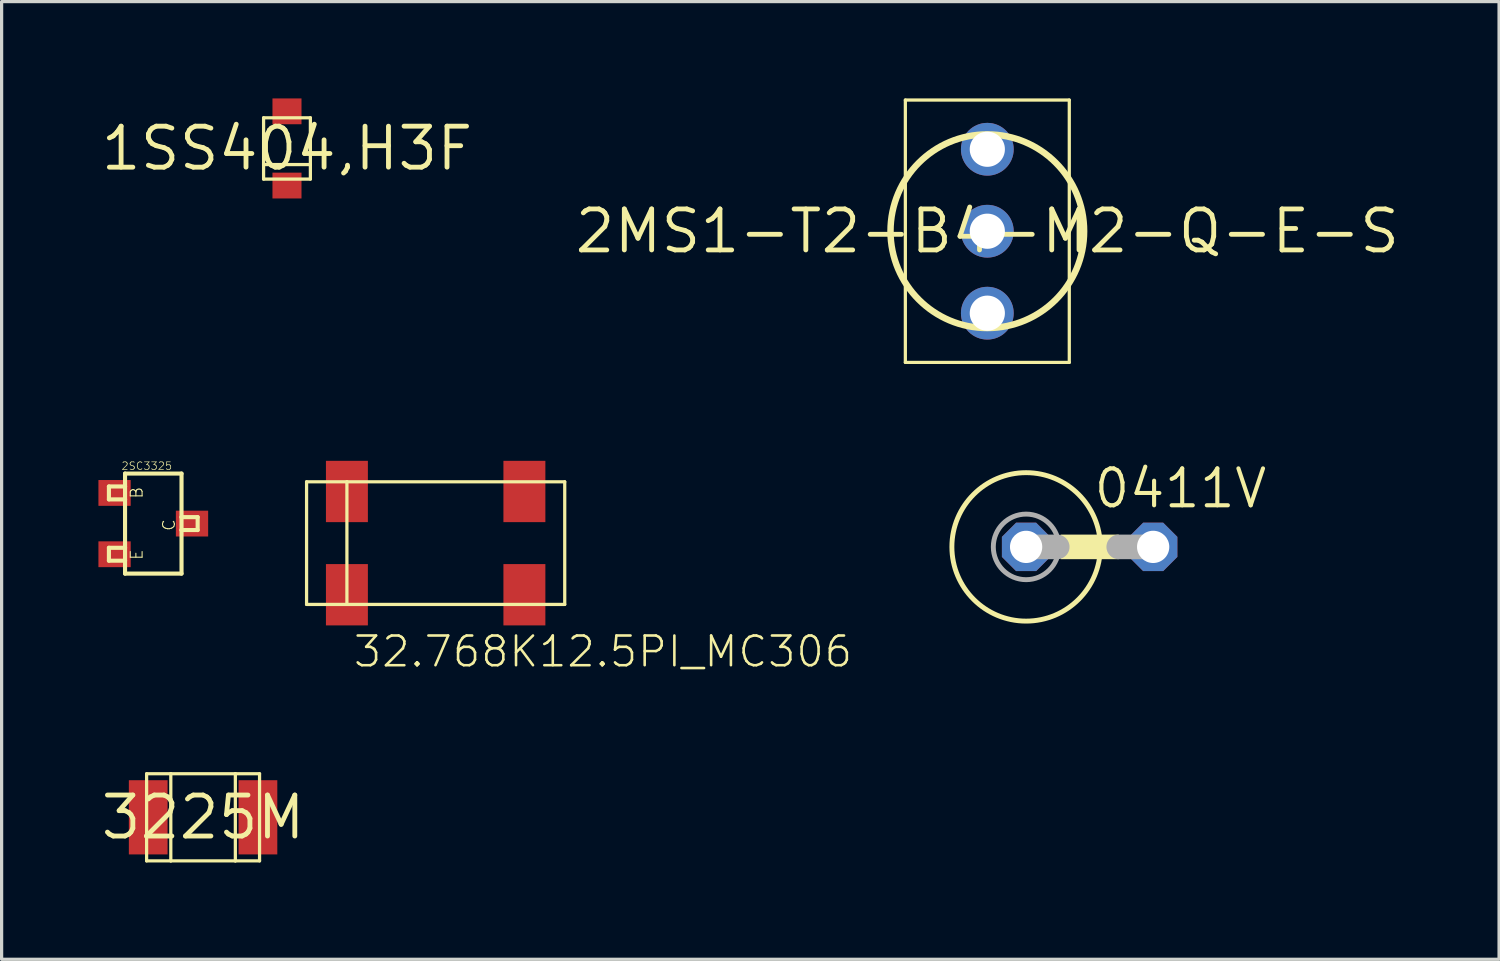
<source format=kicad_pcb>
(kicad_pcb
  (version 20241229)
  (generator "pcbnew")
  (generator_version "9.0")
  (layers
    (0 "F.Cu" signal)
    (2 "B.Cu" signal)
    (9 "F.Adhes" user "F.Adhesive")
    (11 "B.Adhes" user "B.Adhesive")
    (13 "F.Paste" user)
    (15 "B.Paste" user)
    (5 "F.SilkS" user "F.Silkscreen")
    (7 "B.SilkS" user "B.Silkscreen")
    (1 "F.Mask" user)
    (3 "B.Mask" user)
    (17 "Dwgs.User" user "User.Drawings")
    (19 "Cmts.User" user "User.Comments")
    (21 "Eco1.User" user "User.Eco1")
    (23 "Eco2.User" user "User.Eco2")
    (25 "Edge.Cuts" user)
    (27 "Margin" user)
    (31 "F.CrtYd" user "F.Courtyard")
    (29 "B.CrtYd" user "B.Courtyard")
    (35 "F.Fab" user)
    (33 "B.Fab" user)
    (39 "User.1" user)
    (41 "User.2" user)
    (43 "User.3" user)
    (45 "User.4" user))
  (footprint "2SC3325"
    (layer "F.Cu")
    (at 0.5 14.125)
    (property "Reference" "2SC3325" (at 0.2 -2.6 0) (layer "F.SilkS") (effects (font (size 0.234 0.234) (thickness 0.02)) (justify left bottom)))
    (fp_line (start -0.175 -2.1) (end -0.175 -1.7) (stroke (width 0.127) (type solid)) (layer "F.SilkS"))
    (fp_line (start -0.175 -1.7) (end 0.325 -1.7) (stroke (width 0.127) (type solid)) (layer "F.SilkS"))
    (fp_line (start -0.175 -0.2) (end -0.175 0.2) (stroke (width 0.127) (type solid)) (layer "F.SilkS"))
    (fp_line (start -0.175 0.2) (end 0.325 0.2) (stroke (width 0.127) (type solid)) (layer "F.SilkS"))
    (fp_line (start 0.325 -2.5) (end 0.325 -2.1) (stroke (width 0.127) (type solid)) (layer "F.SilkS"))
    (fp_line (start 0.325 -2.1) (end -0.175 -2.1) (stroke (width 0.127) (type solid)) (layer "F.SilkS"))
    (fp_line (start 0.325 -1.7) (end 0.325 -2.1) (stroke (width 0.127) (type solid)) (layer "F.SilkS"))
    (fp_line (start 0.325 -1.7) (end 0.325 -0.2) (stroke (width 0.127) (type solid)) (layer "F.SilkS"))
    (fp_line (start 0.325 -0.2) (end -0.175 -0.2) (stroke (width 0.127) (type solid)) (layer "F.SilkS"))
    (fp_line (start 0.325 0.2) (end 0.325 -0.2) (stroke (width 0.127) (type solid)) (layer "F.SilkS"))
    (fp_line (start 0.325 0.2) (end 0.325 0.6) (stroke (width 0.127) (type solid)) (layer "F.SilkS"))
    (fp_line (start 0.325 0.6) (end 2.075 0.6) (stroke (width 0.127) (type solid)) (layer "F.SilkS"))
    (fp_line (start 2.075 -2.5) (end 0.325 -2.5) (stroke (width 0.127) (type solid)) (layer "F.SilkS"))
    (fp_line (start 2.075 -1.15) (end 2.075 -2.5) (stroke (width 0.127) (type solid)) (layer "F.SilkS"))
    (fp_line (start 2.075 -1.15) (end 2.075 -0.75) (stroke (width 0.127) (type solid)) (layer "F.SilkS"))
    (fp_line (start 2.075 -0.75) (end 2.575 -0.75) (stroke (width 0.127) (type solid)) (layer "F.SilkS"))
    (fp_line (start 2.075 0.6) (end 2.075 -0.75) (stroke (width 0.127) (type solid)) (layer "F.SilkS"))
    (fp_line (start 2.575 -1.15) (end 2.075 -1.15) (stroke (width 0.127) (type solid)) (layer "F.SilkS"))
    (fp_line (start 2.575 -0.75) (end 2.575 -1.15) (stroke (width 0.127) (type solid)) (layer "F.SilkS"))
    (fp_text user "E" (at 0.9 0.2 90) (layer "F.SilkS") (effects (font (size 0.368 0.368) (thickness 0.032)) (justify left bottom)))
    (fp_text user "C" (at 1.9 -0.7 90) (layer "F.SilkS") (effects (font (size 0.368 0.368) (thickness 0.032)) (justify left bottom)))
    (fp_text user "B" (at 0.9 -1.7 90) (layer "F.SilkS") (effects (font (size 0.368 0.368) (thickness 0.032)) (justify left bottom)))
    (pad "B" smd rect (at 0 -1.9) (size 1 0.8) (layers "F.Cu" "F.Mask" "F.Paste"))
    (pad "C" smd rect (at 2.4 -0.95) (size 1 0.8) (layers "F.Cu" "F.Mask" "F.Paste"))
    (pad "E" smd rect (at 0 0) (size 1 0.8) (layers "F.Cu" "F.Mask" "F.Paste")))
  (footprint "2MS1-T2-B4-M2-Q-E-S"
    (layer "F.Cu")
    (at 27.545 4.115)
    (property "Reference" "2MS1-T2-B4-M2-Q-E-S" (at 0 0 0) (layer "F.SilkS") (effects (font (size 1.27 1.27) (thickness 0.15))))
    (fp_line (start -2.54 -4.065) (end -2.54 4.065) (stroke (width 0.1) (type solid)) (layer "F.SilkS"))
    (fp_line (start -2.54 4.065) (end 2.54 4.065) (stroke (width 0.1) (type solid)) (layer "F.SilkS"))
    (fp_line (start 2.54 -4.065) (end -2.54 -4.065) (stroke (width 0.1) (type solid)) (layer "F.SilkS"))
    (fp_line (start 2.54 4.065) (end 2.54 -4.065) (stroke (width 0.1) (type solid)) (layer "F.SilkS"))
    (fp_circle (center 0 0) (end 3 0) (stroke (width 0.2) (type solid)) (fill no) (layer "F.SilkS"))
    (pad "O" thru_hole circle (at 0 2.54) (size 1.635 1.635) (drill 1.09) (layers "*.Cu" "*.Mask"))
    (pad "P" thru_hole circle (at 0 0) (size 1.635 1.635) (drill 1.09) (layers "*.Cu" "*.Mask"))
    (pad "S" thru_hole circle (at 0 -2.54) (size 1.635 1.635) (drill 1.09) (layers "*.Cu" "*.Mask")))
  (footprint "32.768K12.5PI_MC306"
    (layer "F.Cu")
    (at 10.45 13.78)
    (property "Reference" "32.768K12.5PI_MC306" (at -2.6 3.9 0) (layer "F.SilkS") (effects (font (size 0.92 0.92) (thickness 0.08)) (justify left bottom)))
    (fp_line (start -4 -1.9) (end -4 1.9) (stroke (width 0.1) (type solid)) (layer "F.SilkS"))
    (fp_line (start -4 1.9) (end -2.75 1.9) (stroke (width 0.1) (type solid)) (layer "F.SilkS"))
    (fp_line (start -2.75 -1.9) (end -4 -1.9) (stroke (width 0.1) (type solid)) (layer "F.SilkS"))
    (fp_line (start -2.75 -1.9) (end -2.75 1.9) (stroke (width 0.1) (type solid)) (layer "F.SilkS"))
    (fp_line (start -2.75 1.9) (end 4 1.9) (stroke (width 0.1) (type solid)) (layer "F.SilkS"))
    (fp_line (start 4 -1.9) (end -2.75 -1.9) (stroke (width 0.1) (type solid)) (layer "F.SilkS"))
    (fp_line (start 4 1.9) (end 4 -1.9) (stroke (width 0.1) (type solid)) (layer "F.SilkS"))
    (pad "1" smd rect (at -2.75 1.6) (size 1.3 1.9) (layers "F.Cu" "F.Mask" "F.Paste"))
    (pad "2" smd rect (at 2.75 1.6) (size 1.3 1.9) (layers "F.Cu" "F.Mask" "F.Paste"))
    (pad "3" smd rect (at 2.75 -1.6) (size 1.3 1.9) (layers "F.Cu" "F.Mask" "F.Paste"))
    (pad "4" smd rect (at -2.75 -1.6) (size 1.3 1.9) (layers "F.Cu" "F.Mask" "F.Paste")))
  (footprint "1SS404,H3F"
    (layer "F.Cu")
    (at 5.843 1.55)
    (property "Reference" "1SS404,H3F" (at 0 0 0) (layer "F.SilkS") (effects (font (size 1.27 1.27) (thickness 0.15))))
    (fp_line (start -0.725 -0.95) (end -0.725 0.5) (stroke (width 0.1) (type solid)) (layer "F.SilkS"))
    (fp_line (start -0.725 0.5) (end -0.725 0.95) (stroke (width 0.1) (type solid)) (layer "F.SilkS"))
    (fp_line (start -0.725 0.5) (end 0.725 0.5) (stroke (width 0.1) (type solid)) (layer "F.SilkS"))
    (fp_line (start -0.725 0.95) (end 0.725 0.95) (stroke (width 0.1) (type solid)) (layer "F.SilkS"))
    (fp_line (start 0.725 -0.95) (end -0.725 -0.95) (stroke (width 0.1) (type solid)) (layer "F.SilkS"))
    (fp_line (start 0.725 0.5) (end 0.725 -0.95) (stroke (width 0.1) (type solid)) (layer "F.SilkS"))
    (fp_line (start 0.725 0.95) (end 0.725 0.5) (stroke (width 0.1) (type solid)) (layer "F.SilkS"))
    (pad "A" smd rect (at 0 -1.15) (size 0.9 0.8) (layers "F.Cu" "F.Mask" "F.Paste"))
    (pad "C" smd rect (at 0 1.15) (size 0.9 0.8) (layers "F.Cu" "F.Mask" "F.Paste")))
  (footprint "3225M"
    (layer "F.Cu")
    (at 3.243 22.277)
    (property "Reference" "3225M" (at 0 0 0) (layer "F.SilkS") (effects (font (size 1.27 1.27) (thickness 0.15))))
    (fp_line (start -1.75 -1.35) (end -1.75 1.35) (stroke (width 0.1) (type solid)) (layer "F.SilkS"))
    (fp_line (start -1.75 1.35) (end -1 1.35) (stroke (width 0.1) (type solid)) (layer "F.SilkS"))
    (fp_line (start -1 -1.35) (end -1.75 -1.35) (stroke (width 0.1) (type solid)) (layer "F.SilkS"))
    (fp_line (start -1 1.35) (end -1 -1.35) (stroke (width 0.1) (type solid)) (layer "F.SilkS"))
    (fp_line (start -1 1.35) (end 1 1.35) (stroke (width 0.1) (type solid)) (layer "F.SilkS"))
    (fp_line (start 1 -1.35) (end -1 -1.35) (stroke (width 0.1) (type solid)) (layer "F.SilkS"))
    (fp_line (start 1 -1.35) (end 1 1.35) (stroke (width 0.1) (type solid)) (layer "F.SilkS"))
    (fp_line (start 1 1.35) (end 1.75 1.35) (stroke (width 0.1) (type solid)) (layer "F.SilkS"))
    (fp_line (start 1.75 -1.35) (end 1 -1.35) (stroke (width 0.1) (type solid)) (layer "F.SilkS"))
    (fp_line (start 1.75 1.35) (end 1.75 -1.35) (stroke (width 0.1) (type solid)) (layer "F.SilkS"))
    (pad "L" smd rect (at -1.7 0) (size 1.2 2.3) (layers "F.Cu" "F.Mask" "F.Paste"))
    (pad "R" smd rect (at 1.7 0) (size 1.2 2.3) (layers "F.Cu" "F.Mask" "F.Paste")))
  (footprint "0411V"
    (layer "F.Cu")
    (at 31.287 13.897)
    (property "Reference" "0411V" (at -0.508 -1.143 0) (layer "F.SilkS") (effects (font (size 1.143 1.143) (thickness 0.127)) (justify left bottom)))
    (fp_circle (center -2.54 0) (end -0.24 0) (stroke (width 0.152) (type solid)) (fill no) (layer "F.SilkS"))
    (fp_poly (pts (xy -1.473 0.381) (xy 0.33 0.381) (xy 0.33 -0.381) (xy -1.473 -0.381)) (stroke (width 0) (type default)) (fill yes) (layer "F.SilkS"))
    (fp_line (start -1.575 0) (end -2.54 0) (stroke (width 0.762) (type solid)) (layer "F.Fab"))
    (fp_line (start 1.397 0) (end 0.33 0) (stroke (width 0.762) (type solid)) (layer "F.Fab"))
    (fp_circle (center -2.54 0) (end -1.524 0) (stroke (width 0.152) (type solid)) (fill no) (layer "F.Fab"))
    (pad "1" thru_hole roundrect (at -2.54 0) (size 1.5 1.5) (drill 1) (layers "*.Cu" "*.Mask") (roundrect_rratio 0.25) (chamfer_ratio 0.293) (chamfer top_left top_right bottom_left bottom_right))
    (pad "2" thru_hole roundrect (at 1.397 0) (size 1.5 1.5) (drill 1) (layers "*.Cu" "*.Mask") (roundrect_rratio 0.25) (chamfer_ratio 0.293) (chamfer top_left top_right bottom_left bottom_right)))
  (gr_rect
    (start -3 -3)
    (end 43.403 26.677)
    (stroke (width 0.1) (type default))
    (fill no)
    (layer "Edge.Cuts")))
</source>
